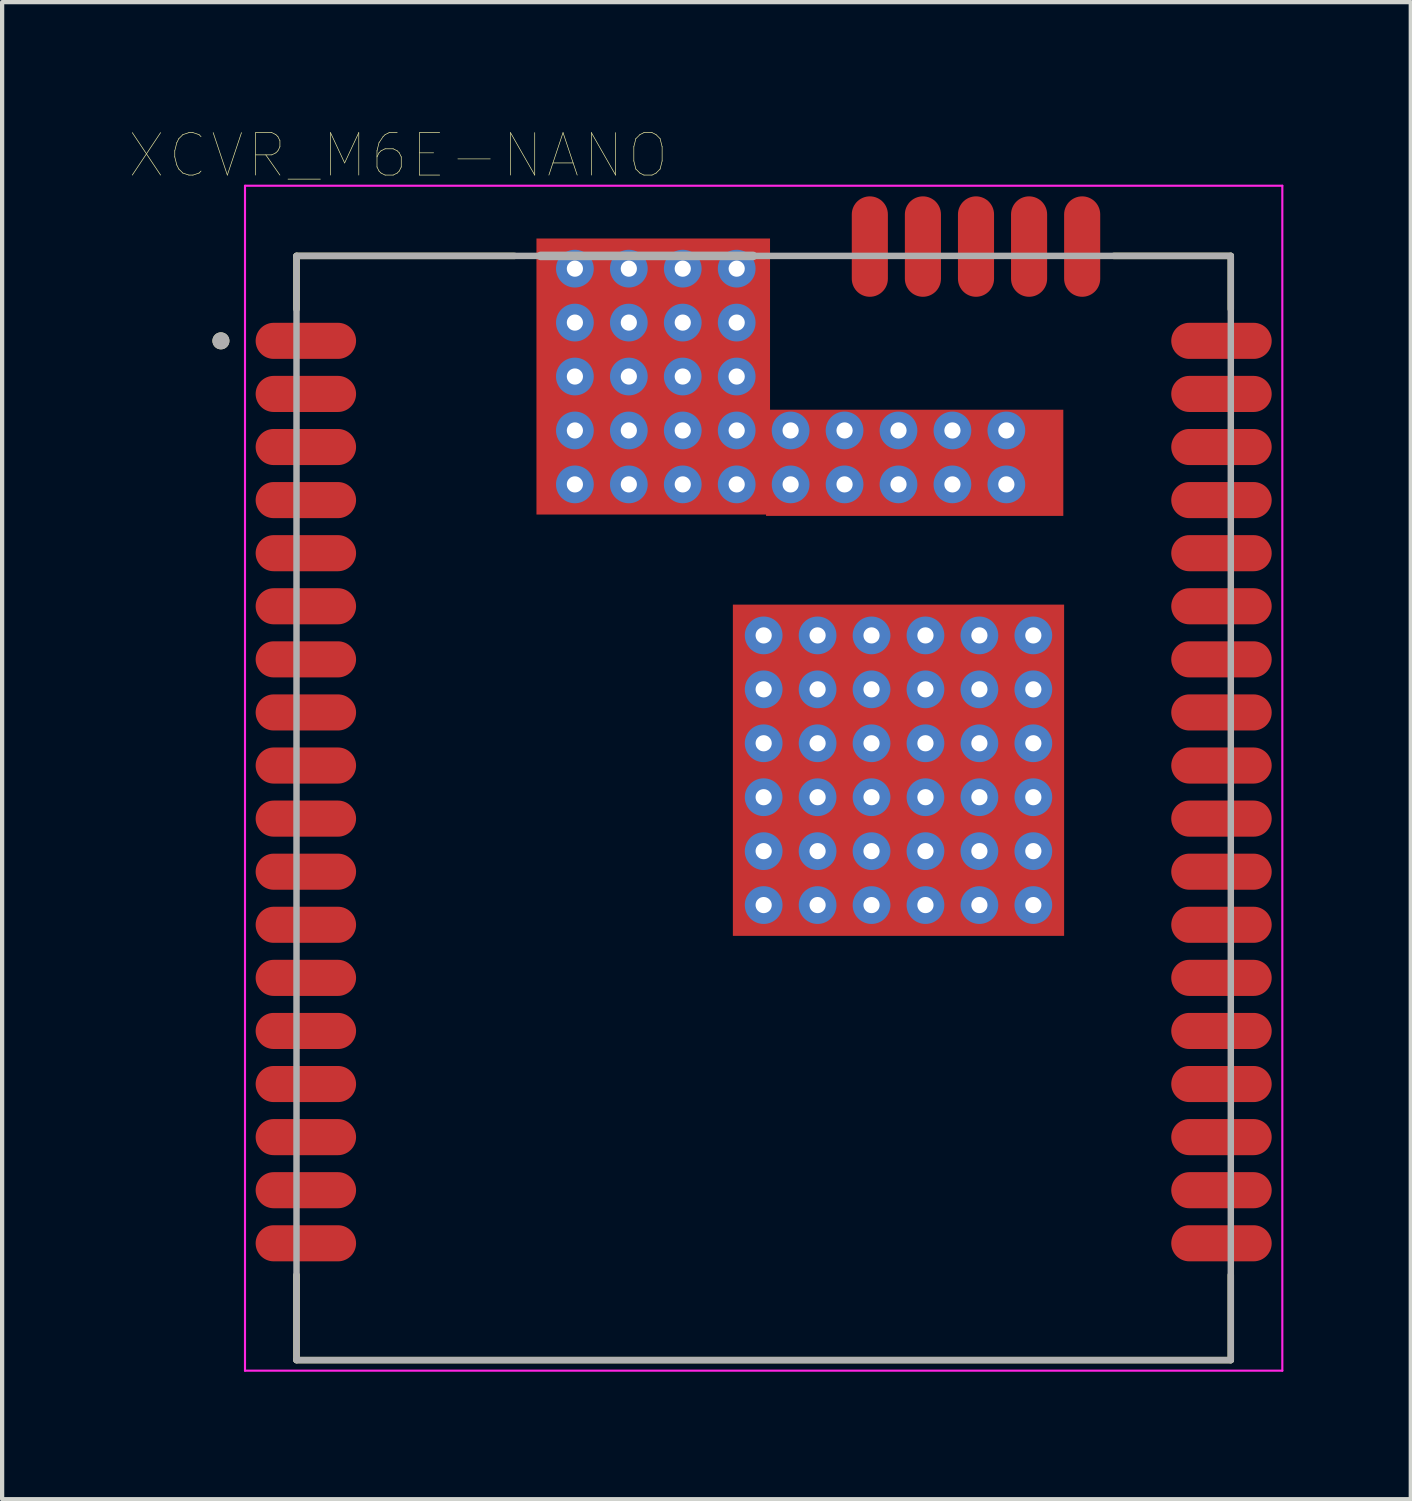
<source format=kicad_pcb>
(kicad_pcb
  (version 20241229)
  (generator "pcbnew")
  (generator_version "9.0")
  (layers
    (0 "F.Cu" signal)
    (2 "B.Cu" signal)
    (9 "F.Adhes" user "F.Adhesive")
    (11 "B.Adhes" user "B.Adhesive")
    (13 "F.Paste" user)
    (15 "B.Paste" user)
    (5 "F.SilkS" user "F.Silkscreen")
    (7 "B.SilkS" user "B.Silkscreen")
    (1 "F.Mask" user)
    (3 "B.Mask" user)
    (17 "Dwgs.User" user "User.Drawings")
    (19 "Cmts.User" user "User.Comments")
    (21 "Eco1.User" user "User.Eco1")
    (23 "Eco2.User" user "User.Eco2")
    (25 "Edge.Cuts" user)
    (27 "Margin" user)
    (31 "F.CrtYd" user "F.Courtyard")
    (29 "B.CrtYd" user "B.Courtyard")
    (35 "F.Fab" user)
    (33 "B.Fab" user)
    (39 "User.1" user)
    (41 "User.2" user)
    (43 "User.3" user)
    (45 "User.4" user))
  (footprint "XCVR_M6E-NANO"
    (layer "F.Cu")
    (at 14.932 15.976)
    (property "Reference" "XCVR_M6E-NANO" (at -8.605 -15.365 0) (layer "F.SilkS") (effects (font (size 1 1) (thickness 0.015))))
    (fp_poly (pts (xy -5.173 -12.904) (xy -0.381 -12.904) (xy -0.381 -9.304) (xy 6.946 -9.304) (xy 6.946 -7.112) (xy -5.173 -7.112)) (stroke (width 0.127) (type solid)) (fill yes) (layer "F.Mask"))
    (fp_line (start -11 -13) (end -5.865 -13) (stroke (width 0.152) (type solid)) (layer "F.SilkS"))
    (fp_line (start -11 -11.745) (end -11 -13) (stroke (width 0.152) (type solid)) (layer "F.SilkS"))
    (fp_line (start -11 13) (end -11 10.995) (stroke (width 0.152) (type solid)) (layer "F.SilkS"))
    (fp_line (start 8.245 -13) (end 11 -13) (stroke (width 0.152) (type solid)) (layer "F.SilkS"))
    (fp_line (start 11 -11.745) (end 11 -13) (stroke (width 0.152) (type solid)) (layer "F.SilkS"))
    (fp_line (start 11 13) (end -11 13) (stroke (width 0.152) (type solid)) (layer "F.SilkS"))
    (fp_line (start 11 13) (end 11 10.995) (stroke (width 0.152) (type solid)) (layer "F.SilkS"))
    (fp_circle (center -12.78 -11) (end -12.68 -11) (stroke (width 0.2) (type solid)) (fill no) (layer "F.SilkS"))
    (fp_poly (pts (xy -4 -12) (xy -1 -12) (xy -1 -11) (xy -4 -11)) (stroke (width 0.01) (type solid)) (fill yes) (layer "F.Paste"))
    (fp_poly (pts (xy -4 -9) (xy -1 -9) (xy -1 -8) (xy -4 -8)) (stroke (width 0.01) (type solid)) (fill yes) (layer "F.Paste"))
    (fp_poly (pts (xy 0 -4) (xy 1 -4) (xy 1 -3) (xy 0 -3)) (stroke (width 0.01) (type solid)) (fill yes) (layer "F.Paste"))
    (fp_poly (pts (xy 0 1) (xy 1 1) (xy 1 2) (xy 0 2)) (stroke (width 0.01) (type solid)) (fill yes) (layer "F.Paste"))
    (fp_poly (pts (xy 1 -8.8) (xy 6 -8.8) (xy 6 -7.8) (xy 1 -7.8)) (stroke (width 0.01) (type solid)) (fill yes) (layer "F.Paste"))
    (fp_poly (pts (xy 1.667 -2.778) (xy 2.667 -2.778) (xy 2.667 -1.778) (xy 1.667 -1.778)) (stroke (width 0.01) (type solid)) (fill yes) (layer "F.Paste"))
    (fp_poly (pts (xy 2.032 -0.746) (xy 3.032 -0.746) (xy 3.032 0.254) (xy 2.032 0.254)) (stroke (width 0.01) (type solid)) (fill yes) (layer "F.Paste"))
    (fp_poly (pts (xy 3.826 -0.746) (xy 4.826 -0.746) (xy 4.826 0.254) (xy 3.826 0.254)) (stroke (width 0.01) (type solid)) (fill yes) (layer "F.Paste"))
    (fp_poly (pts (xy 3.953 -2.778) (xy 4.953 -2.778) (xy 4.953 -1.778) (xy 3.953 -1.778)) (stroke (width 0.01) (type solid)) (fill yes) (layer "F.Paste"))
    (fp_poly (pts (xy 5 -4) (xy 6 -4) (xy 6 -3) (xy 5 -3)) (stroke (width 0.01) (type solid)) (fill yes) (layer "F.Paste"))
    (fp_poly (pts (xy 5 0.778) (xy 6 0.778) (xy 6 1.778) (xy 5 1.778)) (stroke (width 0.01) (type solid)) (fill yes) (layer "F.Paste"))
    (fp_poly (pts (xy -9 -10.16) (xy 9 -10.16) (xy 9 12.065) (xy -9 12.065)) (stroke (width 0.01) (type solid)) (fill no) (layer "Eco1.User"))
    (fp_line (start -12.213 -14.652) (end 12.213 -14.652) (stroke (width 0.05) (type solid)) (layer "F.CrtYd"))
    (fp_line (start -12.213 13.25) (end -12.213 -14.652) (stroke (width 0.05) (type solid)) (layer "F.CrtYd"))
    (fp_line (start 12.213 -14.652) (end 12.213 13.25) (stroke (width 0.05) (type solid)) (layer "F.CrtYd"))
    (fp_line (start 12.213 13.25) (end -12.213 13.25) (stroke (width 0.05) (type solid)) (layer "F.CrtYd"))
    (fp_line (start -11 -13) (end 11 -13) (stroke (width 0.152) (type solid)) (layer "F.Fab"))
    (fp_line (start -11 13) (end -11 -13) (stroke (width 0.152) (type solid)) (layer "F.Fab"))
    (fp_line (start -5.25 -13) (end -0.25 -13) (stroke (width 0.203) (type solid)) (layer "F.Fab"))
    (fp_line (start 11 -13) (end 11 13) (stroke (width 0.152) (type solid)) (layer "F.Fab"))
    (fp_line (start 11 13) (end -11 13) (stroke (width 0.152) (type solid)) (layer "F.Fab"))
    (fp_circle (center -12.78 -11) (end -12.68 -11) (stroke (width 0.2) (type solid)) (fill no) (layer "F.Fab"))
    (pad "1" smd oval (at -10.78 -11) (size 2.365 0.85) (layers "F.Cu" "F.Mask" "F.Paste"))
    (pad "1" smd rect (at -2.6 -10.16) (size 5.5 6.5) (layers "F.Cu" "F.Mask"))
    (pad "1" smd rect (at 3.175 -0.889 90) (size 7.8 7.8) (layers "F.Cu" "F.Mask"))
    (pad "1" smd rect (at 3.556 -8.128 90) (size 2.5 7) (layers "F.Cu" "F.Mask"))
    (pad "2" smd oval (at -10.78 -9.75) (size 2.365 0.85) (layers "F.Cu" "F.Mask" "F.Paste"))
    (pad "3" smd oval (at -10.78 -8.5) (size 2.365 0.85) (layers "F.Cu" "F.Mask" "F.Paste"))
    (pad "4" smd oval (at -10.78 -7.25) (size 2.365 0.85) (layers "F.Cu" "F.Mask" "F.Paste"))
    (pad "5" smd oval (at -10.78 -6) (size 2.365 0.85) (layers "F.Cu" "F.Mask" "F.Paste"))
    (pad "6" smd oval (at -10.78 -4.75) (size 2.365 0.85) (layers "F.Cu" "F.Mask" "F.Paste"))
    (pad "7" smd oval (at -10.78 -3.5) (size 2.365 0.85) (layers "F.Cu" "F.Mask" "F.Paste"))
    (pad "8" smd oval (at -10.78 -2.25) (size 2.365 0.85) (layers "F.Cu" "F.Mask" "F.Paste"))
    (pad "9" smd oval (at -10.78 -1) (size 2.365 0.85) (layers "F.Cu" "F.Mask" "F.Paste"))
    (pad "10" smd oval (at -10.78 0.25) (size 2.365 0.85) (layers "F.Cu" "F.Mask" "F.Paste"))
    (pad "11" smd oval (at -10.78 1.5) (size 2.365 0.85) (layers "F.Cu" "F.Mask" "F.Paste"))
    (pad "12" smd oval (at -10.78 2.75) (size 2.365 0.85) (layers "F.Cu" "F.Mask" "F.Paste"))
    (pad "13" smd oval (at -10.78 4) (size 2.365 0.85) (layers "F.Cu" "F.Mask" "F.Paste"))
    (pad "14" smd oval (at -10.78 5.25) (size 2.365 0.85) (layers "F.Cu" "F.Mask" "F.Paste"))
    (pad "15" smd oval (at -10.78 6.5) (size 2.365 0.85) (layers "F.Cu" "F.Mask" "F.Paste"))
    (pad "16" smd oval (at -10.78 7.75) (size 2.365 0.85) (layers "F.Cu" "F.Mask" "F.Paste"))
    (pad "17" smd oval (at -10.78 9) (size 2.365 0.85) (layers "F.Cu" "F.Mask" "F.Paste"))
    (pad "18" smd oval (at -10.78 10.25) (size 2.365 0.85) (layers "F.Cu" "F.Mask" "F.Paste"))
    (pad "19" smd oval (at 10.78 10.25) (size 2.365 0.85) (layers "F.Cu" "F.Mask" "F.Paste"))
    (pad "20" smd oval (at 10.78 9) (size 2.365 0.85) (layers "F.Cu" "F.Mask" "F.Paste"))
    (pad "21" smd oval (at 10.78 7.75) (size 2.365 0.85) (layers "F.Cu" "F.Mask" "F.Paste"))
    (pad "22" smd oval (at 10.78 6.5) (size 2.365 0.85) (layers "F.Cu" "F.Mask" "F.Paste"))
    (pad "23" smd oval (at 10.78 5.25) (size 2.365 0.85) (layers "F.Cu" "F.Mask" "F.Paste"))
    (pad "24" smd oval (at 10.78 4) (size 2.365 0.85) (layers "F.Cu" "F.Mask" "F.Paste"))
    (pad "25" smd oval (at 10.78 2.75) (size 2.365 0.85) (layers "F.Cu" "F.Mask" "F.Paste"))
    (pad "26" smd oval (at 10.78 1.5) (size 2.365 0.85) (layers "F.Cu" "F.Mask" "F.Paste"))
    (pad "27" smd oval (at 10.78 0.25) (size 2.365 0.85) (layers "F.Cu" "F.Mask" "F.Paste"))
    (pad "28" smd oval (at 10.78 -1) (size 2.365 0.85) (layers "F.Cu" "F.Mask" "F.Paste"))
    (pad "29" smd oval (at 10.78 -2.25) (size 2.365 0.85) (layers "F.Cu" "F.Mask" "F.Paste"))
    (pad "30" smd oval (at 10.78 -3.5) (size 2.365 0.85) (layers "F.Cu" "F.Mask" "F.Paste"))
    (pad "31" smd oval (at 10.78 -4.75) (size 2.365 0.85) (layers "F.Cu" "F.Mask" "F.Paste"))
    (pad "32" smd oval (at 10.78 -6) (size 2.365 0.85) (layers "F.Cu" "F.Mask" "F.Paste"))
    (pad "33" smd oval (at 10.78 -7.25) (size 2.365 0.85) (layers "F.Cu" "F.Mask" "F.Paste"))
    (pad "34" smd oval (at 10.78 -8.5) (size 2.365 0.85) (layers "F.Cu" "F.Mask" "F.Paste"))
    (pad "35" smd oval (at 10.78 -9.75) (size 2.365 0.85) (layers "F.Cu" "F.Mask" "F.Paste"))
    (pad "36" smd oval (at 10.78 -11) (size 2.365 0.85) (layers "F.Cu" "F.Mask" "F.Paste"))
    (pad "37" smd oval (at 7.5 -13.22) (size 0.85 2.365) (layers "F.Cu" "F.Mask" "F.Paste"))
    (pad "38" smd oval (at 6.25 -13.22) (size 0.85 2.365) (layers "F.Cu" "F.Mask" "F.Paste"))
    (pad "39" smd oval (at 5 -13.22) (size 0.85 2.365) (layers "F.Cu" "F.Mask" "F.Paste"))
    (pad "40" smd oval (at 3.75 -13.22) (size 0.85 2.365) (layers "F.Cu" "F.Mask" "F.Paste"))
    (pad "41" smd oval (at 2.5 -13.22) (size 0.85 2.365) (layers "F.Cu" "F.Mask" "F.Paste"))
    (pad "GND_PAD2" smd rect (at -2.6 -10) (size 4 4) (layers "F.Cu"))
    (pad "P1" thru_hole circle (at 0 2.286) (size 0.889 0.889) (drill 0.381) (layers "*.Cu" "*.Mask"))
    (pad "P2" thru_hole circle (at 0 1.016) (size 0.889 0.889) (drill 0.381) (layers "*.Cu" "*.Mask"))
    (pad "P3" thru_hole circle (at 0 -0.254) (size 0.889 0.889) (drill 0.381) (layers "*.Cu" "*.Mask"))
    (pad "P4" thru_hole circle (at 0 -1.524) (size 0.889 0.889) (drill 0.381) (layers "*.Cu" "*.Mask"))
    (pad "P5" thru_hole circle (at 0 -2.794) (size 0.889 0.889) (drill 0.381) (layers "*.Cu" "*.Mask"))
    (pad "P6" thru_hole circle (at 0 -4.064) (size 0.889 0.889) (drill 0.381) (layers "*.Cu" "*.Mask"))
    (pad "P7" thru_hole circle (at 1.27 2.286) (size 0.889 0.889) (drill 0.381) (layers "*.Cu" "*.Mask"))
    (pad "P8" thru_hole circle (at 1.27 1.016) (size 0.889 0.889) (drill 0.381) (layers "*.Cu" "*.Mask"))
    (pad "P9" thru_hole circle (at 1.27 -0.254) (size 0.889 0.889) (drill 0.381) (layers "*.Cu" "*.Mask"))
    (pad "P10" thru_hole circle (at 1.27 -1.524) (size 0.889 0.889) (drill 0.381) (layers "*.Cu" "*.Mask"))
    (pad "P11" thru_hole circle (at 1.27 -2.794) (size 0.889 0.889) (drill 0.381) (layers "*.Cu" "*.Mask"))
    (pad "P12" thru_hole circle (at 1.27 -4.064) (size 0.889 0.889) (drill 0.381) (layers "*.Cu" "*.Mask"))
    (pad "P13" thru_hole circle (at 2.54 2.286) (size 0.889 0.889) (drill 0.381) (layers "*.Cu" "*.Mask"))
    (pad "P14" thru_hole circle (at 2.54 1.016) (size 0.889 0.889) (drill 0.381) (layers "*.Cu" "*.Mask"))
    (pad "P15" thru_hole circle (at 2.54 -0.254) (size 0.889 0.889) (drill 0.381) (layers "*.Cu" "*.Mask"))
    (pad "P16" thru_hole circle (at 2.54 -1.524) (size 0.889 0.889) (drill 0.381) (layers "*.Cu" "*.Mask"))
    (pad "P17" thru_hole circle (at 2.54 -2.794) (size 0.889 0.889) (drill 0.381) (layers "*.Cu" "*.Mask"))
    (pad "P18" thru_hole circle (at 2.54 -4.064) (size 0.889 0.889) (drill 0.381) (layers "*.Cu" "*.Mask"))
    (pad "P19" thru_hole circle (at 3.81 2.286) (size 0.889 0.889) (drill 0.381) (layers "*.Cu" "*.Mask"))
    (pad "P20" thru_hole circle (at 3.81 1.016) (size 0.889 0.889) (drill 0.381) (layers "*.Cu" "*.Mask"))
    (pad "P21" thru_hole circle (at 3.81 -0.254) (size 0.889 0.889) (drill 0.381) (layers "*.Cu" "*.Mask"))
    (pad "P22" thru_hole circle (at 3.81 -1.524) (size 0.889 0.889) (drill 0.381) (layers "*.Cu" "*.Mask"))
    (pad "P23" thru_hole circle (at 3.81 -2.794) (size 0.889 0.889) (drill 0.381) (layers "*.Cu" "*.Mask"))
    (pad "P24" thru_hole circle (at 3.81 -4.064) (size 0.889 0.889) (drill 0.381) (layers "*.Cu" "*.Mask"))
    (pad "P25" thru_hole circle (at 5.08 2.286) (size 0.889 0.889) (drill 0.381) (layers "*.Cu" "*.Mask"))
    (pad "P26" thru_hole circle (at 5.08 1.016) (size 0.889 0.889) (drill 0.381) (layers "*.Cu" "*.Mask"))
    (pad "P27" thru_hole circle (at 5.08 -0.254) (size 0.889 0.889) (drill 0.381) (layers "*.Cu" "*.Mask"))
    (pad "P28" thru_hole circle (at 5.08 -1.524) (size 0.889 0.889) (drill 0.381) (layers "*.Cu" "*.Mask"))
    (pad "P29" thru_hole circle (at 5.08 -2.794) (size 0.889 0.889) (drill 0.381) (layers "*.Cu" "*.Mask"))
    (pad "P30" thru_hole circle (at 5.08 -4.064) (size 0.889 0.889) (drill 0.381) (layers "*.Cu" "*.Mask"))
    (pad "P31" thru_hole circle (at 6.35 2.286) (size 0.889 0.889) (drill 0.381) (layers "*.Cu" "*.Mask"))
    (pad "P32" thru_hole circle (at 6.35 1.016) (size 0.889 0.889) (drill 0.381) (layers "*.Cu" "*.Mask"))
    (pad "P33" thru_hole circle (at 6.35 -0.254) (size 0.889 0.889) (drill 0.381) (layers "*.Cu" "*.Mask"))
    (pad "P34" thru_hole circle (at 6.35 -1.524) (size 0.889 0.889) (drill 0.381) (layers "*.Cu" "*.Mask"))
    (pad "P35" thru_hole circle (at 6.35 -2.794) (size 0.889 0.889) (drill 0.381) (layers "*.Cu" "*.Mask"))
    (pad "P36" thru_hole circle (at 6.35 -4.064) (size 0.889 0.889) (drill 0.381) (layers "*.Cu" "*.Mask"))
    (pad "P37" thru_hole circle (at 5.715 -7.62) (size 0.889 0.889) (drill 0.381) (layers "*.Cu" "*.Mask"))
    (pad "P38" thru_hole circle (at 5.715 -8.89) (size 0.889 0.889) (drill 0.381) (layers "*.Cu" "*.Mask"))
    (pad "P39" thru_hole circle (at 4.445 -7.62) (size 0.889 0.889) (drill 0.381) (layers "*.Cu" "*.Mask"))
    (pad "P40" thru_hole circle (at 4.445 -8.89) (size 0.889 0.889) (drill 0.381) (layers "*.Cu" "*.Mask"))
    (pad "P41" thru_hole circle (at 3.175 -7.62) (size 0.889 0.889) (drill 0.381) (layers "*.Cu" "*.Mask"))
    (pad "P42" thru_hole circle (at 3.175 -8.89) (size 0.889 0.889) (drill 0.381) (layers "*.Cu" "*.Mask"))
    (pad "P43" thru_hole circle (at 1.905 -7.62) (size 0.889 0.889) (drill 0.381) (layers "*.Cu" "*.Mask"))
    (pad "P44" thru_hole circle (at 1.905 -8.89) (size 0.889 0.889) (drill 0.381) (layers "*.Cu" "*.Mask"))
    (pad "P45" thru_hole circle (at 0.635 -7.62) (size 0.889 0.889) (drill 0.381) (layers "*.Cu" "*.Mask"))
    (pad "P46" thru_hole circle (at 0.635 -8.89) (size 0.889 0.889) (drill 0.381) (layers "*.Cu" "*.Mask"))
    (pad "P47" thru_hole circle (at -0.635 -7.62) (size 0.889 0.889) (drill 0.381) (layers "*.Cu" "*.Mask"))
    (pad "P48" thru_hole circle (at -0.635 -8.89) (size 0.889 0.889) (drill 0.381) (layers "*.Cu" "*.Mask"))
    (pad "P49" thru_hole circle (at -1.905 -7.62) (size 0.889 0.889) (drill 0.381) (layers "*.Cu" "*.Mask"))
    (pad "P50" thru_hole circle (at -1.905 -8.89) (size 0.889 0.889) (drill 0.381) (layers "*.Cu" "*.Mask"))
    (pad "P51" thru_hole circle (at -3.175 -7.62) (size 0.889 0.889) (drill 0.381) (layers "*.Cu" "*.Mask"))
    (pad "P52" thru_hole circle (at -3.175 -8.89) (size 0.889 0.889) (drill 0.381) (layers "*.Cu" "*.Mask"))
    (pad "P53" thru_hole circle (at -4.445 -7.62) (size 0.889 0.889) (drill 0.381) (layers "*.Cu" "*.Mask"))
    (pad "P54" thru_hole circle (at -4.445 -8.89) (size 0.889 0.889) (drill 0.381) (layers "*.Cu" "*.Mask"))
    (pad "P55" thru_hole circle (at -3.175 -12.7) (size 0.889 0.889) (drill 0.381) (layers "*.Cu" "*.Mask"))
    (pad "P55" thru_hole circle (at -3.175 -11.43) (size 0.889 0.889) (drill 0.381) (layers "*.Cu" "*.Mask"))
    (pad "P55" thru_hole circle (at -1.905 -12.7) (size 0.889 0.889) (drill 0.381) (layers "*.Cu" "*.Mask"))
    (pad "P55" thru_hole circle (at -1.905 -11.43) (size 0.889 0.889) (drill 0.381) (layers "*.Cu" "*.Mask"))
    (pad "P55" thru_hole circle (at -0.635 -12.7) (size 0.889 0.889) (drill 0.381) (layers "*.Cu" "*.Mask"))
    (pad "P55" thru_hole circle (at -0.635 -11.43) (size 0.889 0.889) (drill 0.381) (layers "*.Cu" "*.Mask"))
    (pad "P55" thru_hole circle (at -0.635 -10.16) (size 0.889 0.889) (drill 0.381) (layers "*.Cu" "*.Mask"))
    (pad "P57" thru_hole circle (at -1.905 -10.16) (size 0.889 0.889) (drill 0.381) (layers "*.Cu" "*.Mask"))
    (pad "P59" thru_hole circle (at -3.175 -10.16) (size 0.889 0.889) (drill 0.381) (layers "*.Cu" "*.Mask"))
    (pad "P61" thru_hole circle (at -4.445 -10.16) (size 0.889 0.889) (drill 0.381) (layers "*.Cu" "*.Mask"))
    (pad "P62" thru_hole circle (at -4.445 -11.43) (size 0.889 0.889) (drill 0.381) (layers "*.Cu" "*.Mask"))
    (pad "P69" thru_hole circle (at -4.445 -12.7) (size 0.889 0.889) (drill 0.381) (layers "*.Cu" "*.Mask")))
  (gr_rect
    (start -3 -3)
    (end 30.17 32.251)
    (stroke (width 0.1) (type default))
    (fill no)
    (layer "Edge.Cuts")))
</source>
